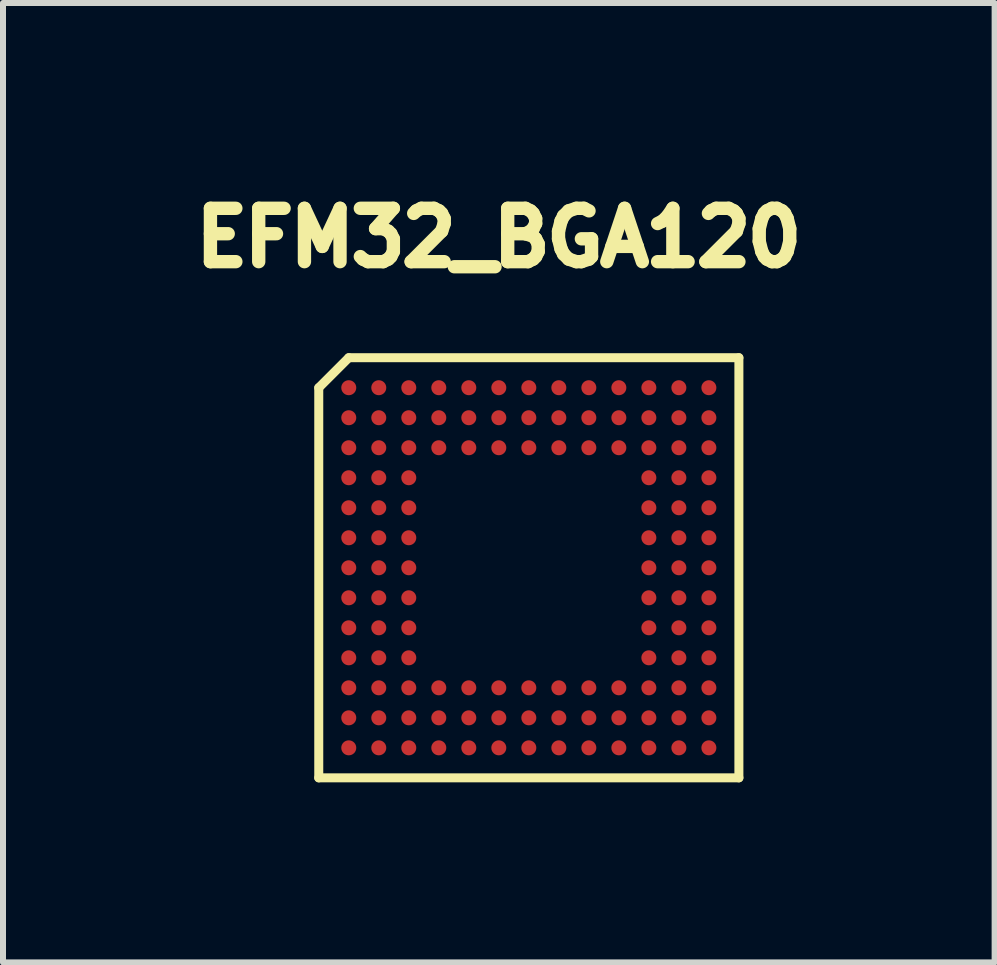
<source format=kicad_pcb>
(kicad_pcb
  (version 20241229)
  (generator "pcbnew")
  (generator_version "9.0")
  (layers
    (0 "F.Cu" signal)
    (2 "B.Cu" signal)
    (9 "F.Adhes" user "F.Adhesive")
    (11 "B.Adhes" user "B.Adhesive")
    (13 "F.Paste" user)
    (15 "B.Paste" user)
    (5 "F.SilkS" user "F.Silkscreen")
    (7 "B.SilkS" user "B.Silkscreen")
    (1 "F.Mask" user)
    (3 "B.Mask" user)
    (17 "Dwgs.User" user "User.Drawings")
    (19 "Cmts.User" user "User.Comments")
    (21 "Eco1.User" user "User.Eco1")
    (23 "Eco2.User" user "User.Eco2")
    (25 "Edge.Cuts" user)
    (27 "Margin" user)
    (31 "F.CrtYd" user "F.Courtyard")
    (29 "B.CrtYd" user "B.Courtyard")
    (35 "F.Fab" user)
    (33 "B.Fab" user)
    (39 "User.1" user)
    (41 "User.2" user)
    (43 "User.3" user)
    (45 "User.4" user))
  (footprint "EFM32_BGA120"
    (layer "F.Cu")
    (at 5.761 6.41)
    (property "Reference" "EFM32_BGA120" (at -0.5 -5.5 0) (layer "F.SilkS") (effects (font (size 0.889 0.889) (thickness 0.305))))
    (attr through_hole)
    (fp_line (start -3.5 -3) (end -3 -3.5) (stroke (width 0.15) (type solid)) (layer "F.SilkS"))
    (fp_line (start -3.5 3.5) (end -3.5 -3) (stroke (width 0.15) (type solid)) (layer "F.SilkS"))
    (fp_line (start -3 -3.5) (end 3.5 -3.5) (stroke (width 0.15) (type solid)) (layer "F.SilkS"))
    (fp_line (start 3.5 -3.5) (end 3.5 3.5) (stroke (width 0.15) (type solid)) (layer "F.SilkS"))
    (fp_line (start 3.5 3.5) (end -3.5 3.5) (stroke (width 0.15) (type solid)) (layer "F.SilkS"))
    (pad "A1" smd circle (at -3 -3 180) (size 0.25 0.25) (layers "F.Cu" "F.Mask" "F.Paste"))
    (pad "A2" smd circle (at -2.5 -3 180) (size 0.25 0.25) (layers "F.Cu" "F.Mask" "F.Paste"))
    (pad "A3" smd circle (at -2 -3 180) (size 0.25 0.25) (layers "F.Cu" "F.Mask" "F.Paste"))
    (pad "A4" smd circle (at -1.5 -3 180) (size 0.25 0.25) (layers "F.Cu" "F.Mask" "F.Paste"))
    (pad "A5" smd circle (at -1 -3 180) (size 0.25 0.25) (layers "F.Cu" "F.Mask" "F.Paste"))
    (pad "A6" smd circle (at -0.5 -3 180) (size 0.25 0.25) (layers "F.Cu" "F.Mask" "F.Paste"))
    (pad "A7" smd circle (at 0 -3 180) (size 0.25 0.25) (layers "F.Cu" "F.Mask" "F.Paste"))
    (pad "A8" smd circle (at 0.5 -3 180) (size 0.25 0.25) (layers "F.Cu" "F.Mask" "F.Paste"))
    (pad "A9" smd circle (at 1 -3 180) (size 0.25 0.25) (layers "F.Cu" "F.Mask" "F.Paste"))
    (pad "A10" smd circle (at 1.5 -3 180) (size 0.25 0.25) (layers "F.Cu" "F.Mask" "F.Paste"))
    (pad "A11" smd circle (at 2 -3 180) (size 0.25 0.25) (layers "F.Cu" "F.Mask" "F.Paste"))
    (pad "A12" smd circle (at 2.5 -3 180) (size 0.25 0.25) (layers "F.Cu" "F.Mask" "F.Paste"))
    (pad "A13" smd circle (at 3 -3 180) (size 0.25 0.25) (layers "F.Cu" "F.Mask" "F.Paste"))
    (pad "B1" smd circle (at -3 -2.5 180) (size 0.25 0.25) (layers "F.Cu" "F.Mask" "F.Paste"))
    (pad "B2" smd circle (at -2.5 -2.5 180) (size 0.25 0.25) (layers "F.Cu" "F.Mask" "F.Paste"))
    (pad "B3" smd circle (at -2 -2.5 180) (size 0.25 0.25) (layers "F.Cu" "F.Mask" "F.Paste"))
    (pad "B4" smd circle (at -1.5 -2.5 180) (size 0.25 0.25) (layers "F.Cu" "F.Mask" "F.Paste"))
    (pad "B5" smd circle (at -1 -2.5 180) (size 0.25 0.25) (layers "F.Cu" "F.Mask" "F.Paste"))
    (pad "B6" smd circle (at -0.5 -2.5 180) (size 0.25 0.25) (layers "F.Cu" "F.Mask" "F.Paste"))
    (pad "B7" smd circle (at 0 -2.5 180) (size 0.25 0.25) (layers "F.Cu" "F.Mask" "F.Paste"))
    (pad "B8" smd circle (at 0.5 -2.5 180) (size 0.25 0.25) (layers "F.Cu" "F.Mask" "F.Paste"))
    (pad "B9" smd circle (at 1 -2.5 180) (size 0.25 0.25) (layers "F.Cu" "F.Mask" "F.Paste"))
    (pad "B10" smd circle (at 1.5 -2.5 180) (size 0.25 0.25) (layers "F.Cu" "F.Mask" "F.Paste"))
    (pad "B11" smd circle (at 2 -2.5 180) (size 0.25 0.25) (layers "F.Cu" "F.Mask" "F.Paste"))
    (pad "B12" smd circle (at 2.5 -2.5 180) (size 0.25 0.25) (layers "F.Cu" "F.Mask" "F.Paste"))
    (pad "B13" smd circle (at 3 -2.5 180) (size 0.25 0.25) (layers "F.Cu" "F.Mask" "F.Paste"))
    (pad "C1" smd circle (at -3 -2 180) (size 0.25 0.25) (layers "F.Cu" "F.Mask" "F.Paste"))
    (pad "C2" smd circle (at -2.5 -2 180) (size 0.25 0.25) (layers "F.Cu" "F.Mask" "F.Paste"))
    (pad "C3" smd circle (at -2 -2 180) (size 0.25 0.25) (layers "F.Cu" "F.Mask" "F.Paste"))
    (pad "C4" smd circle (at -1.5 -2 180) (size 0.25 0.25) (layers "F.Cu" "F.Mask" "F.Paste"))
    (pad "C5" smd circle (at -1 -2 180) (size 0.25 0.25) (layers "F.Cu" "F.Mask" "F.Paste"))
    (pad "C6" smd circle (at -0.5 -2 180) (size 0.25 0.25) (layers "F.Cu" "F.Mask" "F.Paste"))
    (pad "C7" smd circle (at 0 -2 180) (size 0.25 0.25) (layers "F.Cu" "F.Mask" "F.Paste"))
    (pad "C8" smd circle (at 0.5 -2 180) (size 0.25 0.25) (layers "F.Cu" "F.Mask" "F.Paste"))
    (pad "C9" smd circle (at 1 -2 180) (size 0.25 0.25) (layers "F.Cu" "F.Mask" "F.Paste"))
    (pad "C10" smd circle (at 1.5 -2 180) (size 0.25 0.25) (layers "F.Cu" "F.Mask" "F.Paste"))
    (pad "C11" smd circle (at 2 -2 180) (size 0.25 0.25) (layers "F.Cu" "F.Mask" "F.Paste"))
    (pad "C12" smd circle (at 2.5 -2 180) (size 0.25 0.25) (layers "F.Cu" "F.Mask" "F.Paste"))
    (pad "C13" smd circle (at 3 -2 180) (size 0.25 0.25) (layers "F.Cu" "F.Mask" "F.Paste"))
    (pad "D1" smd circle (at -3 -1.5 180) (size 0.25 0.25) (layers "F.Cu" "F.Mask" "F.Paste"))
    (pad "D2" smd circle (at -2.5 -1.5 180) (size 0.25 0.25) (layers "F.Cu" "F.Mask" "F.Paste"))
    (pad "D3" smd circle (at -2 -1.5 180) (size 0.25 0.25) (layers "F.Cu" "F.Mask" "F.Paste"))
    (pad "D11" smd circle (at 2 -1.5 180) (size 0.25 0.25) (layers "F.Cu" "F.Mask" "F.Paste"))
    (pad "D12" smd circle (at 2.5 -1.5 180) (size 0.25 0.25) (layers "F.Cu" "F.Mask" "F.Paste"))
    (pad "D13" smd circle (at 3 -1.5 180) (size 0.25 0.25) (layers "F.Cu" "F.Mask" "F.Paste"))
    (pad "E1" smd circle (at -3 -1 180) (size 0.25 0.25) (layers "F.Cu" "F.Mask" "F.Paste"))
    (pad "E2" smd circle (at -2.5 -1 180) (size 0.25 0.25) (layers "F.Cu" "F.Mask" "F.Paste"))
    (pad "E3" smd circle (at -2 -1 180) (size 0.25 0.25) (layers "F.Cu" "F.Mask" "F.Paste"))
    (pad "E11" smd circle (at 2 -1 180) (size 0.25 0.25) (layers "F.Cu" "F.Mask" "F.Paste"))
    (pad "E12" smd circle (at 2.5 -1 180) (size 0.25 0.25) (layers "F.Cu" "F.Mask" "F.Paste"))
    (pad "E13" smd circle (at 3 -1 180) (size 0.25 0.25) (layers "F.Cu" "F.Mask" "F.Paste"))
    (pad "F1" smd circle (at -3 -0.5 180) (size 0.25 0.25) (layers "F.Cu" "F.Mask" "F.Paste"))
    (pad "F2" smd circle (at -2.5 -0.5 180) (size 0.25 0.25) (layers "F.Cu" "F.Mask" "F.Paste"))
    (pad "F3" smd circle (at -2 -0.5 180) (size 0.25 0.25) (layers "F.Cu" "F.Mask" "F.Paste"))
    (pad "F11" smd circle (at 2 -0.5 180) (size 0.25 0.25) (layers "F.Cu" "F.Mask" "F.Paste"))
    (pad "F12" smd circle (at 2.5 -0.5 180) (size 0.25 0.25) (layers "F.Cu" "F.Mask" "F.Paste"))
    (pad "F13" smd circle (at 3 -0.5 180) (size 0.25 0.25) (layers "F.Cu" "F.Mask" "F.Paste"))
    (pad "G1" smd circle (at -3 0 180) (size 0.25 0.25) (layers "F.Cu" "F.Mask" "F.Paste"))
    (pad "G2" smd circle (at -2.5 0 180) (size 0.25 0.25) (layers "F.Cu" "F.Mask" "F.Paste"))
    (pad "G3" smd circle (at -2 0 180) (size 0.25 0.25) (layers "F.Cu" "F.Mask" "F.Paste"))
    (pad "G11" smd circle (at 2 0 180) (size 0.25 0.25) (layers "F.Cu" "F.Mask" "F.Paste"))
    (pad "G12" smd circle (at 2.5 0 180) (size 0.25 0.25) (layers "F.Cu" "F.Mask" "F.Paste"))
    (pad "G13" smd circle (at 3 0 180) (size 0.25 0.25) (layers "F.Cu" "F.Mask" "F.Paste"))
    (pad "H1" smd circle (at -3 0.5 180) (size 0.25 0.25) (layers "F.Cu" "F.Mask" "F.Paste"))
    (pad "H2" smd circle (at -2.5 0.5 180) (size 0.25 0.25) (layers "F.Cu" "F.Mask" "F.Paste"))
    (pad "H3" smd circle (at -2 0.5 180) (size 0.25 0.25) (layers "F.Cu" "F.Mask" "F.Paste"))
    (pad "H11" smd circle (at 2 0.5 180) (size 0.25 0.25) (layers "F.Cu" "F.Mask" "F.Paste"))
    (pad "H12" smd circle (at 2.5 0.5 180) (size 0.25 0.25) (layers "F.Cu" "F.Mask" "F.Paste"))
    (pad "H13" smd circle (at 3 0.5 180) (size 0.25 0.25) (layers "F.Cu" "F.Mask" "F.Paste"))
    (pad "J1" smd circle (at -3 1 180) (size 0.25 0.25) (layers "F.Cu" "F.Mask" "F.Paste"))
    (pad "J2" smd circle (at -2.5 1 180) (size 0.25 0.25) (layers "F.Cu" "F.Mask" "F.Paste"))
    (pad "J3" smd circle (at -2 1 180) (size 0.25 0.25) (layers "F.Cu" "F.Mask" "F.Paste"))
    (pad "J11" smd circle (at 2 1 180) (size 0.25 0.25) (layers "F.Cu" "F.Mask" "F.Paste"))
    (pad "J12" smd circle (at 2.5 1 180) (size 0.25 0.25) (layers "F.Cu" "F.Mask" "F.Paste"))
    (pad "J13" smd circle (at 3 1 180) (size 0.25 0.25) (layers "F.Cu" "F.Mask" "F.Paste"))
    (pad "K1" smd circle (at -3 1.5 180) (size 0.25 0.25) (layers "F.Cu" "F.Mask" "F.Paste"))
    (pad "K2" smd circle (at -2.5 1.5 180) (size 0.25 0.25) (layers "F.Cu" "F.Mask" "F.Paste"))
    (pad "K3" smd circle (at -2 1.5 180) (size 0.25 0.25) (layers "F.Cu" "F.Mask" "F.Paste"))
    (pad "K11" smd circle (at 2 1.5 180) (size 0.25 0.25) (layers "F.Cu" "F.Mask" "F.Paste"))
    (pad "K12" smd circle (at 2.5 1.5 180) (size 0.25 0.25) (layers "F.Cu" "F.Mask" "F.Paste"))
    (pad "K13" smd circle (at 3 1.5 180) (size 0.25 0.25) (layers "F.Cu" "F.Mask" "F.Paste"))
    (pad "L1" smd circle (at -3 2 180) (size 0.25 0.25) (layers "F.Cu" "F.Mask" "F.Paste"))
    (pad "L2" smd circle (at -2.5 2 180) (size 0.25 0.25) (layers "F.Cu" "F.Mask" "F.Paste"))
    (pad "L3" smd circle (at -2 2 180) (size 0.25 0.25) (layers "F.Cu" "F.Mask" "F.Paste"))
    (pad "L4" smd circle (at -1.5 2 180) (size 0.25 0.25) (layers "F.Cu" "F.Mask" "F.Paste"))
    (pad "L5" smd circle (at -1 2 180) (size 0.25 0.25) (layers "F.Cu" "F.Mask" "F.Paste"))
    (pad "L6" smd circle (at -0.5 2 180) (size 0.25 0.25) (layers "F.Cu" "F.Mask" "F.Paste"))
    (pad "L7" smd circle (at 0 2 180) (size 0.25 0.25) (layers "F.Cu" "F.Mask" "F.Paste"))
    (pad "L8" smd circle (at 0.5 2 180) (size 0.25 0.25) (layers "F.Cu" "F.Mask" "F.Paste"))
    (pad "L9" smd circle (at 1 2 180) (size 0.25 0.25) (layers "F.Cu" "F.Mask" "F.Paste"))
    (pad "L10" smd circle (at 1.5 2 180) (size 0.25 0.25) (layers "F.Cu" "F.Mask" "F.Paste"))
    (pad "L11" smd circle (at 2 2 180) (size 0.25 0.25) (layers "F.Cu" "F.Mask" "F.Paste"))
    (pad "L12" smd circle (at 2.5 2 180) (size 0.25 0.25) (layers "F.Cu" "F.Mask" "F.Paste"))
    (pad "L13" smd circle (at 3 2 180) (size 0.25 0.25) (layers "F.Cu" "F.Mask" "F.Paste"))
    (pad "M1" smd circle (at -3 2.5 180) (size 0.25 0.25) (layers "F.Cu" "F.Mask" "F.Paste"))
    (pad "M2" smd circle (at -2.5 2.5 180) (size 0.25 0.25) (layers "F.Cu" "F.Mask" "F.Paste"))
    (pad "M3" smd circle (at -2 2.5 180) (size 0.25 0.25) (layers "F.Cu" "F.Mask" "F.Paste"))
    (pad "M4" smd circle (at -1.5 2.5 180) (size 0.25 0.25) (layers "F.Cu" "F.Mask" "F.Paste"))
    (pad "M5" smd circle (at -1 2.5 180) (size 0.25 0.25) (layers "F.Cu" "F.Mask" "F.Paste"))
    (pad "M6" smd circle (at -0.5 2.5 180) (size 0.25 0.25) (layers "F.Cu" "F.Mask" "F.Paste"))
    (pad "M7" smd circle (at 0 2.5 180) (size 0.25 0.25) (layers "F.Cu" "F.Mask" "F.Paste"))
    (pad "M8" smd circle (at 0.5 2.5 180) (size 0.25 0.25) (layers "F.Cu" "F.Mask" "F.Paste"))
    (pad "M9" smd circle (at 1 2.5 180) (size 0.25 0.25) (layers "F.Cu" "F.Mask" "F.Paste"))
    (pad "M10" smd circle (at 1.5 2.5 180) (size 0.25 0.25) (layers "F.Cu" "F.Mask" "F.Paste"))
    (pad "M11" smd circle (at 2 2.5 180) (size 0.25 0.25) (layers "F.Cu" "F.Mask" "F.Paste"))
    (pad "M12" smd circle (at 2.5 2.5 180) (size 0.25 0.25) (layers "F.Cu" "F.Mask" "F.Paste"))
    (pad "M13" smd circle (at 3 2.5 180) (size 0.25 0.25) (layers "F.Cu" "F.Mask" "F.Paste"))
    (pad "N1" smd circle (at -3 3 180) (size 0.25 0.25) (layers "F.Cu" "F.Mask" "F.Paste"))
    (pad "N2" smd circle (at -2.5 3 180) (size 0.25 0.25) (layers "F.Cu" "F.Mask" "F.Paste"))
    (pad "N3" smd circle (at -2 3 180) (size 0.25 0.25) (layers "F.Cu" "F.Mask" "F.Paste"))
    (pad "N4" smd circle (at -1.5 3 180) (size 0.25 0.25) (layers "F.Cu" "F.Mask" "F.Paste"))
    (pad "N5" smd circle (at -1 3 180) (size 0.25 0.25) (layers "F.Cu" "F.Mask" "F.Paste"))
    (pad "N6" smd circle (at -0.5 3 180) (size 0.25 0.25) (layers "F.Cu" "F.Mask" "F.Paste"))
    (pad "N7" smd circle (at 0 3 180) (size 0.25 0.25) (layers "F.Cu" "F.Mask" "F.Paste"))
    (pad "N8" smd circle (at 0.5 3 180) (size 0.25 0.25) (layers "F.Cu" "F.Mask" "F.Paste"))
    (pad "N9" smd circle (at 1 3 180) (size 0.25 0.25) (layers "F.Cu" "F.Mask" "F.Paste"))
    (pad "N10" smd circle (at 1.5 3 180) (size 0.25 0.25) (layers "F.Cu" "F.Mask" "F.Paste"))
    (pad "N11" smd circle (at 2 3 180) (size 0.25 0.25) (layers "F.Cu" "F.Mask" "F.Paste"))
    (pad "N12" smd circle (at 2.5 3 180) (size 0.25 0.25) (layers "F.Cu" "F.Mask" "F.Paste"))
    (pad "N13" smd circle (at 3 3 180) (size 0.25 0.25) (layers "F.Cu" "F.Mask" "F.Paste")))
  (gr_rect
    (start -3 -3)
    (end 13.522 12.985)
    (stroke (width 0.1) (type default))
    (fill no)
    (layer "Edge.Cuts")))
</source>
